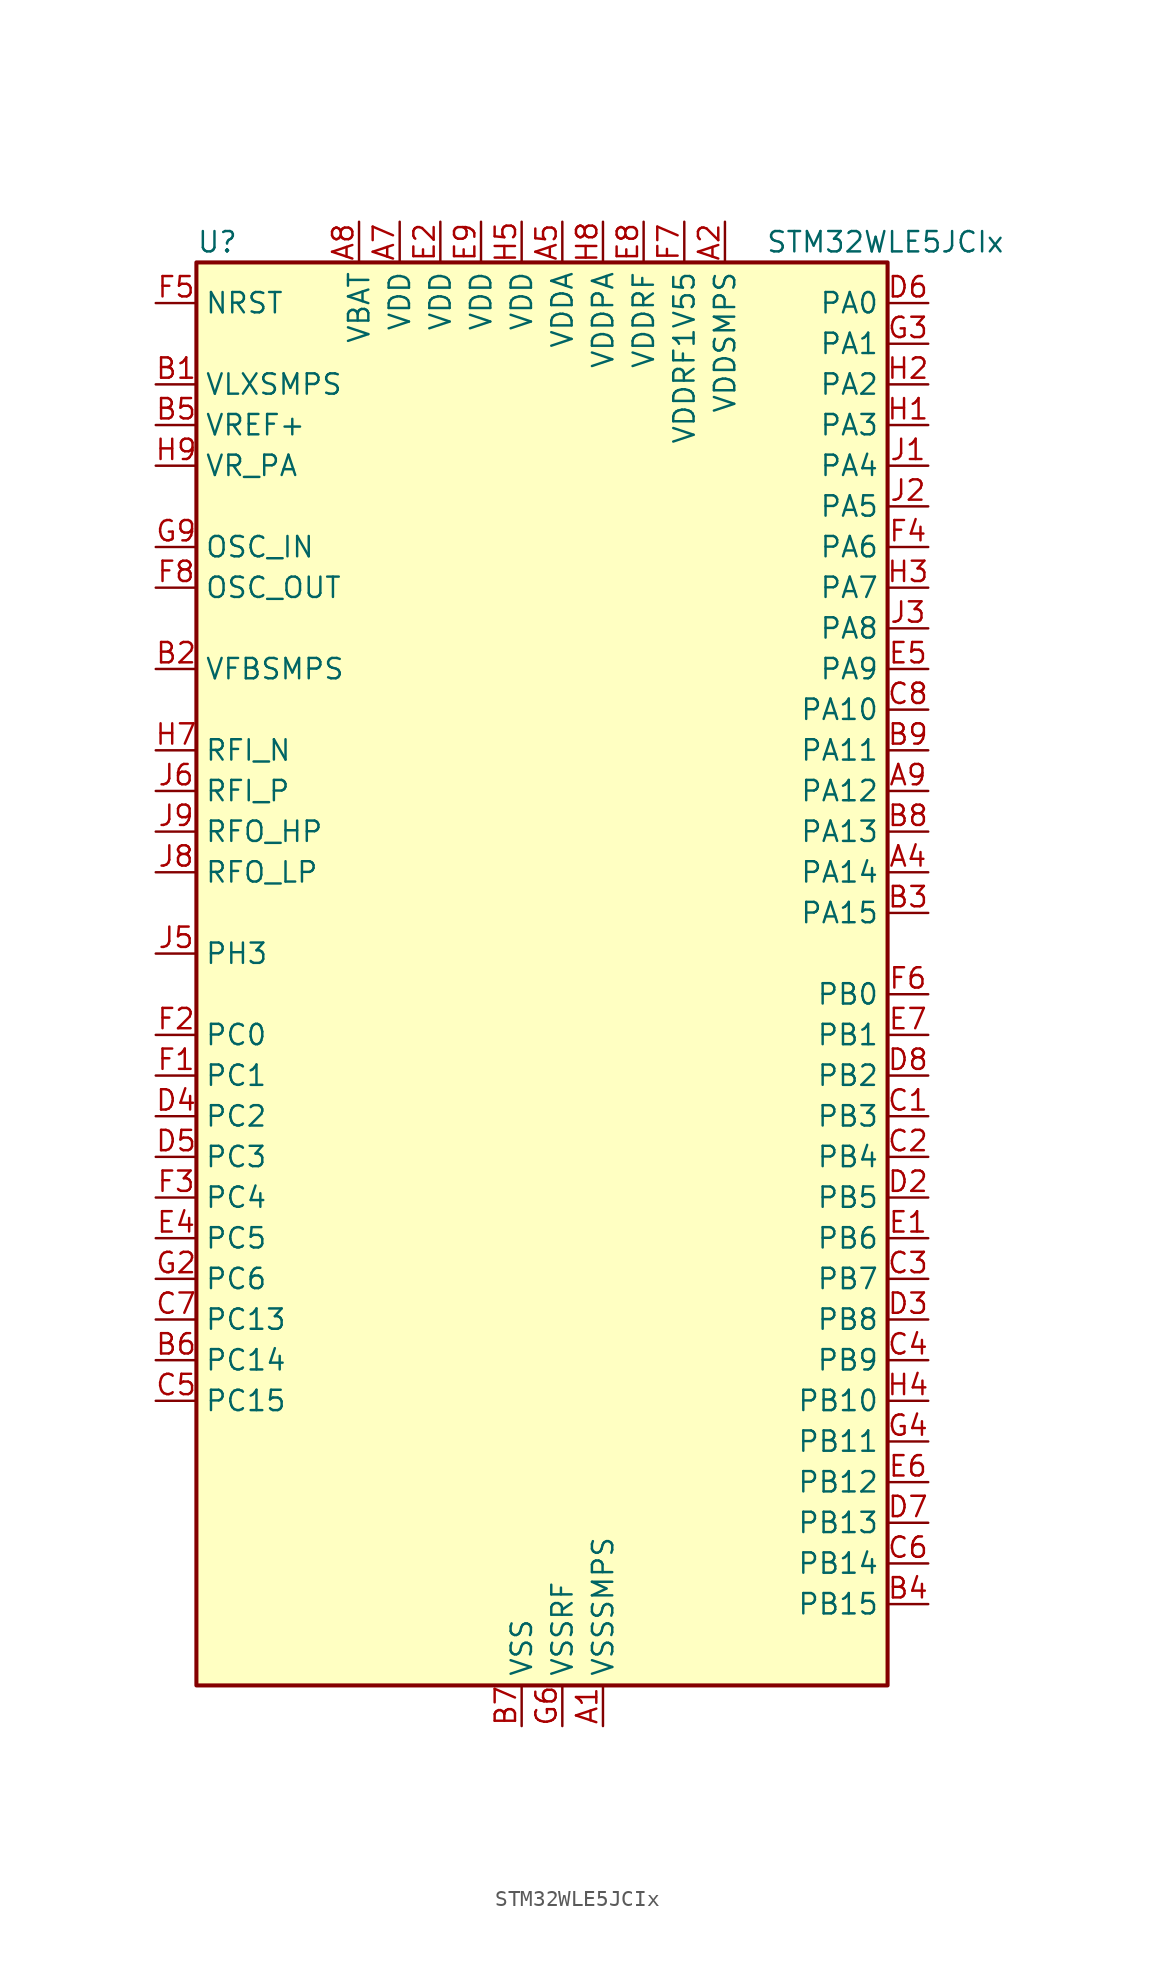
<source format=kicad_sym>
(kicad_symbol_lib
  (version 20220914)
  (generator kicad_symbol_editor)
  (symbol "STM32WLE5JCIx"
    (property "Reference" "U"
      (at -20.32 46.99 0)
      (effects (font (size 1.27 1.27)) (justify left)))
    (property "Value" "STM32WLE5JCIx"
      (at 15.24 46.99 0)
      (effects (font (size 1.27 1.27)) (justify left)))
    (property "ki_locked" ""
      (at 0 0 0)
      (effects (font (size 1.27 1.27))))
    (symbol "STM32WLE5JCIx_0_1"
      (rectangle (start -20.32 -43.18) (end 22.86 45.72) (stroke (width 0.254) (type default)) (fill (type background))))
    (symbol "STM32WLE5JCIx_1_1"
      (pin power_in line (at 5.08 -45.72 90) (length 2.54) (name "VSSSMPS" (effects (font (size 1.27 1.27)))) (number "A1" (effects (font (size 1.27 1.27)))))
      (pin power_in line (at 12.7 48.26 270) (length 2.54) (name "VDDSMPS" (effects (font (size 1.27 1.27)))) (number "A2" (effects (font (size 1.27 1.27)))))
      (pin bidirectional line (at 25.4 7.62 180) (length 2.54) (name "PA14" (effects (font (size 1.27 1.27)))) (number "A4" (effects (font (size 1.27 1.27)))) (alternate "ADC_IN10" bidirectional line) (alternate "DEBUG_JTCK-SWCLK" bidirectional line) (alternate "I2C1_SMBA" bidirectional line) (alternate "LPTIM1_OUT" bidirectional line))
      (pin power_in line (at 2.54 48.26 270) (length 2.54) (name "VDDA" (effects (font (size 1.27 1.27)))) (number "A5" (effects (font (size 1.27 1.27)))))
      (pin power_in line (at -7.62 48.26 270) (length 2.54) (name "VDD" (effects (font (size 1.27 1.27)))) (number "A7" (effects (font (size 1.27 1.27)))))
      (pin power_in line (at -10.16 48.26 270) (length 2.54) (name "VBAT" (effects (font (size 1.27 1.27)))) (number "A8" (effects (font (size 1.27 1.27)))))
      (pin bidirectional line (at 25.4 12.7 180) (length 2.54) (name "PA12" (effects (font (size 1.27 1.27)))) (number "A9" (effects (font (size 1.27 1.27)))) (alternate "ADC_IN8" bidirectional line) (alternate "DEBUG_RF-BUSY" bidirectional line) (alternate "I2C2_SCL" bidirectional line) (alternate "LPTIM3_IN1" bidirectional line) (alternate "SPI1_MOSI" bidirectional line) (alternate "TIM1_ETR" bidirectional line) (alternate "USART1_DE" bidirectional line) (alternate "USART1_RTS" bidirectional line))
      (pin power_in line (at -22.86 38.1 0) (length 2.54) (name "VLXSMPS" (effects (font (size 1.27 1.27)))) (number "B1" (effects (font (size 1.27 1.27)))))
      (pin input line (at -22.86 20.32 0) (length 2.54) (name "VFBSMPS" (effects (font (size 1.27 1.27)))) (number "B2" (effects (font (size 1.27 1.27)))))
      (pin bidirectional line (at 25.4 5.08 180) (length 2.54) (name "PA15" (effects (font (size 1.27 1.27)))) (number "B3" (effects (font (size 1.27 1.27)))) (alternate "ADC_IN11" bidirectional line) (alternate "COMP1_INM" bidirectional line) (alternate "COMP2_INP" bidirectional line) (alternate "DEBUG_JTDI" bidirectional line) (alternate "I2C2_SDA" bidirectional line) (alternate "SPI1_NSS" bidirectional line) (alternate "TIM2_CH1" bidirectional line) (alternate "TIM2_ETR" bidirectional line))
      (pin bidirectional line (at 25.4 -38.1 180) (length 2.54) (name "PB15" (effects (font (size 1.27 1.27)))) (number "B4" (effects (font (size 1.27 1.27)))) (alternate "I2C2_SCL" bidirectional line) (alternate "I2S2_SD" bidirectional line) (alternate "SPI2_MOSI" bidirectional line) (alternate "TIM1_CH3N" bidirectional line))
      (pin input line (at -22.86 35.56 0) (length 2.54) (name "VREF+" (effects (font (size 1.27 1.27)))) (number "B5" (effects (font (size 1.27 1.27)))) (alternate "VREFBUF_OUT" bidirectional line))
      (pin bidirectional line (at -22.86 -22.86 0) (length 2.54) (name "PC14" (effects (font (size 1.27 1.27)))) (number "B6" (effects (font (size 1.27 1.27)))) (alternate "RCC_OSC32_IN" bidirectional line))
      (pin power_in line (at 0 -45.72 90) (length 2.54) (name "VSS" (effects (font (size 1.27 1.27)))) (number "B7" (effects (font (size 1.27 1.27)))))
      (pin bidirectional line (at 25.4 10.16 180) (length 2.54) (name "PA13" (effects (font (size 1.27 1.27)))) (number "B8" (effects (font (size 1.27 1.27)))) (alternate "ADC_IN9" bidirectional line) (alternate "DEBUG_JTMS-SWDIO" bidirectional line) (alternate "I2C2_SMBA" bidirectional line) (alternate "IR_OUT" bidirectional line))
      (pin bidirectional line (at 25.4 15.24 180) (length 2.54) (name "PA11" (effects (font (size 1.27 1.27)))) (number "B9" (effects (font (size 1.27 1.27)))) (alternate "ADC_EXTI11" bidirectional line) (alternate "ADC_IN7" bidirectional line) (alternate "COMP1_INM" bidirectional line) (alternate "COMP2_INM" bidirectional line) (alternate "DEBUG_RF-NRESET" bidirectional line) (alternate "I2C2_SDA" bidirectional line) (alternate "LPTIM3_ETR" bidirectional line) (alternate "SPI1_MISO" bidirectional line) (alternate "TIM1_BKIN2" bidirectional line) (alternate "TIM1_CH4" bidirectional line) (alternate "USART1_CTS" bidirectional line) (alternate "USART1_NSS" bidirectional line))
      (pin bidirectional line (at 25.4 -7.62 180) (length 2.54) (name "PB3" (effects (font (size 1.27 1.27)))) (number "C1" (effects (font (size 1.27 1.27)))) (alternate "ADC_IN2" bidirectional line) (alternate "COMP1_INM" bidirectional line) (alternate "COMP2_INM" bidirectional line) (alternate "DEBUG_JTDO-SWO" bidirectional line) (alternate "DEBUG_RF-DTB1" bidirectional line) (alternate "PWR_WKUP3" bidirectional line) (alternate "RTC_TAMP_IN3" bidirectional line) (alternate "SPI1_SCK" bidirectional line) (alternate "TIM2_CH2" bidirectional line) (alternate "USART1_DE" bidirectional line) (alternate "USART1_RTS" bidirectional line))
      (pin bidirectional line (at 25.4 -10.16 180) (length 2.54) (name "PB4" (effects (font (size 1.27 1.27)))) (number "C2" (effects (font (size 1.27 1.27)))) (alternate "ADC_IN3" bidirectional line) (alternate "COMP1_INP" bidirectional line) (alternate "COMP2_INP" bidirectional line) (alternate "DEBUG_JTRST" bidirectional line) (alternate "DEBUG_RF-LDORDY" bidirectional line) (alternate "I2C3_SDA" bidirectional line) (alternate "SPI1_MISO" bidirectional line) (alternate "TIM17_BKIN" bidirectional line) (alternate "USART1_CTS" bidirectional line) (alternate "USART1_NSS" bidirectional line))
      (pin bidirectional line (at 25.4 -17.78 180) (length 2.54) (name "PB7" (effects (font (size 1.27 1.27)))) (number "C3" (effects (font (size 1.27 1.27)))) (alternate "I2C1_SDA" bidirectional line) (alternate "LPTIM1_IN2" bidirectional line) (alternate "PWR_PVD_IN" bidirectional line) (alternate "TIM17_CH1N" bidirectional line) (alternate "TIM1_BKIN" bidirectional line) (alternate "USART1_RX" bidirectional line))
      (pin bidirectional line (at 25.4 -22.86 180) (length 2.54) (name "PB9" (effects (font (size 1.27 1.27)))) (number "C4" (effects (font (size 1.27 1.27)))) (alternate "DAC_EXTI9" bidirectional line) (alternate "I2C1_SDA" bidirectional line) (alternate "I2S2_WS" bidirectional line) (alternate "IR_OUT" bidirectional line) (alternate "SPI2_NSS" bidirectional line) (alternate "TIM17_CH1" bidirectional line) (alternate "TIM1_CH3N" bidirectional line))
      (pin bidirectional line (at -22.86 -25.4 0) (length 2.54) (name "PC15" (effects (font (size 1.27 1.27)))) (number "C5" (effects (font (size 1.27 1.27)))) (alternate "RCC_OSC32_OUT" bidirectional line))
      (pin bidirectional line (at 25.4 -35.56 180) (length 2.54) (name "PB14" (effects (font (size 1.27 1.27)))) (number "C6" (effects (font (size 1.27 1.27)))) (alternate "ADC_IN1" bidirectional line) (alternate "I2C3_SDA" bidirectional line) (alternate "I2S2_MCK" bidirectional line) (alternate "SPI2_MISO" bidirectional line) (alternate "TIM1_CH2N" bidirectional line))
      (pin bidirectional line (at -22.86 -20.32 0) (length 2.54) (name "PC13" (effects (font (size 1.27 1.27)))) (number "C7" (effects (font (size 1.27 1.27)))) (alternate "PWR_WKUP2" bidirectional line) (alternate "RTC_OUT1" bidirectional line) (alternate "RTC_TAMP_IN1" bidirectional line) (alternate "RTC_TS" bidirectional line))
      (pin bidirectional line (at 25.4 17.78 180) (length 2.54) (name "PA10" (effects (font (size 1.27 1.27)))) (number "C8" (effects (font (size 1.27 1.27)))) (alternate "ADC_IN6" bidirectional line) (alternate "COMP1_INM" bidirectional line) (alternate "COMP2_INM" bidirectional line) (alternate "DAC_OUT1" bidirectional line) (alternate "DEBUG_RF-HSE32RDY" bidirectional line) (alternate "I2C1_SDA" bidirectional line) (alternate "I2S2_SD" bidirectional line) (alternate "RTC_REFIN" bidirectional line) (alternate "SPI2_MOSI" bidirectional line) (alternate "TIM17_BKIN" bidirectional line) (alternate "TIM1_CH3" bidirectional line) (alternate "USART1_RX" bidirectional line))
      (pin bidirectional line (at 25.4 -12.7 180) (length 2.54) (name "PB5" (effects (font (size 1.27 1.27)))) (number "D2" (effects (font (size 1.27 1.27)))) (alternate "COMP2_OUT" bidirectional line) (alternate "I2C1_SMBA" bidirectional line) (alternate "LPTIM1_IN1" bidirectional line) (alternate "SPI1_MOSI" bidirectional line) (alternate "TIM16_BKIN" bidirectional line) (alternate "USART1_CK" bidirectional line))
      (pin bidirectional line (at 25.4 -20.32 180) (length 2.54) (name "PB8" (effects (font (size 1.27 1.27)))) (number "D3" (effects (font (size 1.27 1.27)))) (alternate "I2C1_SCL" bidirectional line) (alternate "TIM16_CH1" bidirectional line) (alternate "TIM1_CH2N" bidirectional line))
      (pin bidirectional line (at -22.86 -7.62 0) (length 2.54) (name "PC2" (effects (font (size 1.27 1.27)))) (number "D4" (effects (font (size 1.27 1.27)))) (alternate "LPTIM1_IN2" bidirectional line) (alternate "SPI2_MISO" bidirectional line))
      (pin bidirectional line (at -22.86 -10.16 0) (length 2.54) (name "PC3" (effects (font (size 1.27 1.27)))) (number "D5" (effects (font (size 1.27 1.27)))) (alternate "I2S2_SD" bidirectional line) (alternate "LPTIM1_ETR" bidirectional line) (alternate "LPTIM2_ETR" bidirectional line) (alternate "SPI2_MOSI" bidirectional line))
      (pin bidirectional line (at 25.4 43.18 180) (length 2.54) (name "PA0" (effects (font (size 1.27 1.27)))) (number "D6" (effects (font (size 1.27 1.27)))) (alternate "COMP1_OUT" bidirectional line) (alternate "DEBUG_PWR-REGLP1S" bidirectional line) (alternate "I2C3_SMBA" bidirectional line) (alternate "I2S_CKIN" bidirectional line) (alternate "PWR_WKUP1" bidirectional line) (alternate "RTC_TAMP_IN2" bidirectional line) (alternate "TIM2_CH1" bidirectional line) (alternate "TIM2_ETR" bidirectional line) (alternate "USART2_CTS" bidirectional line) (alternate "USART2_NSS" bidirectional line))
      (pin bidirectional line (at 25.4 -33.02 180) (length 2.54) (name "PB13" (effects (font (size 1.27 1.27)))) (number "D7" (effects (font (size 1.27 1.27)))) (alternate "ADC_IN0" bidirectional line) (alternate "I2C3_SCL" bidirectional line) (alternate "I2S2_CK" bidirectional line) (alternate "LPUART1_CTS" bidirectional line) (alternate "SPI2_SCK" bidirectional line) (alternate "TIM1_CH1N" bidirectional line))
      (pin bidirectional line (at 25.4 -5.08 180) (length 2.54) (name "PB2" (effects (font (size 1.27 1.27)))) (number "D8" (effects (font (size 1.27 1.27)))) (alternate "ADC_IN4" bidirectional line) (alternate "COMP1_INP" bidirectional line) (alternate "COMP2_INM" bidirectional line) (alternate "DEBUG_RF-SMPSRDY" bidirectional line) (alternate "I2C3_SMBA" bidirectional line) (alternate "LPTIM1_OUT" bidirectional line) (alternate "SPI1_NSS" bidirectional line))
      (pin passive line (at 0 -45.72 90) (length 2.54) hide (name "VSS" (effects (font (size 1.27 1.27)))) (number "D9" (effects (font (size 1.27 1.27)))))
      (pin bidirectional line (at 25.4 -15.24 180) (length 2.54) (name "PB6" (effects (font (size 1.27 1.27)))) (number "E1" (effects (font (size 1.27 1.27)))) (alternate "I2C1_SCL" bidirectional line) (alternate "LPTIM1_ETR" bidirectional line) (alternate "TIM16_CH1N" bidirectional line) (alternate "USART1_TX" bidirectional line))
      (pin power_in line (at -5.08 48.26 270) (length 2.54) (name "VDD" (effects (font (size 1.27 1.27)))) (number "E2" (effects (font (size 1.27 1.27)))))
      (pin passive line (at 0 -45.72 90) (length 2.54) hide (name "VSS" (effects (font (size 1.27 1.27)))) (number "E3" (effects (font (size 1.27 1.27)))))
      (pin bidirectional line (at -22.86 -15.24 0) (length 2.54) (name "PC5" (effects (font (size 1.27 1.27)))) (number "E4" (effects (font (size 1.27 1.27)))))
      (pin bidirectional line (at 25.4 20.32 180) (length 2.54) (name "PA9" (effects (font (size 1.27 1.27)))) (number "E5" (effects (font (size 1.27 1.27)))) (alternate "DAC_EXTI9" bidirectional line) (alternate "I2C1_SCL" bidirectional line) (alternate "I2S2_CK" bidirectional line) (alternate "I2S2_WS" bidirectional line) (alternate "SPI2_NSS" bidirectional line) (alternate "SPI2_SCK" bidirectional line) (alternate "TIM1_CH2" bidirectional line) (alternate "USART1_TX" bidirectional line))
      (pin bidirectional line (at 25.4 -30.48 180) (length 2.54) (name "PB12" (effects (font (size 1.27 1.27)))) (number "E6" (effects (font (size 1.27 1.27)))) (alternate "I2C3_SMBA" bidirectional line) (alternate "I2S2_WS" bidirectional line) (alternate "LPUART1_RTS" bidirectional line) (alternate "SPI2_NSS" bidirectional line) (alternate "TIM1_BKIN" bidirectional line))
      (pin bidirectional line (at 25.4 -2.54 180) (length 2.54) (name "PB1" (effects (font (size 1.27 1.27)))) (number "E7" (effects (font (size 1.27 1.27)))) (alternate "ADC_IN5" bidirectional line) (alternate "COMP2_INP" bidirectional line) (alternate "LPTIM2_IN1" bidirectional line) (alternate "LPUART1_DE" bidirectional line) (alternate "LPUART1_RTS" bidirectional line))
      (pin power_in line (at 7.62 48.26 270) (length 2.54) (name "VDDRF" (effects (font (size 1.27 1.27)))) (number "E8" (effects (font (size 1.27 1.27)))))
      (pin power_in line (at -2.54 48.26 270) (length 2.54) (name "VDD" (effects (font (size 1.27 1.27)))) (number "E9" (effects (font (size 1.27 1.27)))))
      (pin bidirectional line (at -22.86 -5.08 0) (length 2.54) (name "PC1" (effects (font (size 1.27 1.27)))) (number "F1" (effects (font (size 1.27 1.27)))) (alternate "I2C3_SDA" bidirectional line) (alternate "I2S2_SD" bidirectional line) (alternate "LPTIM1_OUT" bidirectional line) (alternate "LPUART1_TX" bidirectional line) (alternate "SPI2_MOSI" bidirectional line))
      (pin bidirectional line (at -22.86 -2.54 0) (length 2.54) (name "PC0" (effects (font (size 1.27 1.27)))) (number "F2" (effects (font (size 1.27 1.27)))) (alternate "I2C3_SCL" bidirectional line) (alternate "LPTIM1_IN1" bidirectional line) (alternate "LPTIM2_IN1" bidirectional line) (alternate "LPUART1_RX" bidirectional line))
      (pin bidirectional line (at -22.86 -12.7 0) (length 2.54) (name "PC4" (effects (font (size 1.27 1.27)))) (number "F3" (effects (font (size 1.27 1.27)))))
      (pin bidirectional line (at 25.4 27.94 180) (length 2.54) (name "PA6" (effects (font (size 1.27 1.27)))) (number "F4" (effects (font (size 1.27 1.27)))) (alternate "DEBUG_SUBGHZSPI-MISOOUT" bidirectional line) (alternate "I2C2_SMBA" bidirectional line) (alternate "LPUART1_CTS" bidirectional line) (alternate "SPI1_MISO" bidirectional line) (alternate "TIM16_CH1" bidirectional line) (alternate "TIM1_BKIN" bidirectional line))
      (pin input line (at -22.86 43.18 0) (length 2.54) (name "NRST" (effects (font (size 1.27 1.27)))) (number "F5" (effects (font (size 1.27 1.27)))))
      (pin bidirectional line (at 25.4 0 180) (length 2.54) (name "PB0" (effects (font (size 1.27 1.27)))) (number "F6" (effects (font (size 1.27 1.27)))) (alternate "COMP1_OUT" bidirectional line) (alternate "VDDTCXO" bidirectional line))
      (pin power_in line (at 10.16 48.26 270) (length 2.54) (name "VDDRF1V55" (effects (font (size 1.27 1.27)))) (number "F7" (effects (font (size 1.27 1.27)))))
      (pin input line (at -22.86 25.4 0) (length 2.54) (name "OSC_OUT" (effects (font (size 1.27 1.27)))) (number "F8" (effects (font (size 1.27 1.27)))) (alternate "RCC_OSC_OUT" bidirectional line))
      (pin bidirectional line (at -22.86 -17.78 0) (length 2.54) (name "PC6" (effects (font (size 1.27 1.27)))) (number "G2" (effects (font (size 1.27 1.27)))) (alternate "I2S2_MCK" bidirectional line))
      (pin bidirectional line (at 25.4 40.64 180) (length 2.54) (name "PA1" (effects (font (size 1.27 1.27)))) (number "G3" (effects (font (size 1.27 1.27)))) (alternate "DEBUG_PWR-REGLP2S" bidirectional line) (alternate "I2C1_SMBA" bidirectional line) (alternate "LPTIM3_OUT" bidirectional line) (alternate "LPUART1_RTS" bidirectional line) (alternate "SPI1_SCK" bidirectional line) (alternate "TIM2_CH2" bidirectional line) (alternate "USART2_DE" bidirectional line) (alternate "USART2_RTS" bidirectional line))
      (pin bidirectional line (at 25.4 -27.94 180) (length 2.54) (name "PB11" (effects (font (size 1.27 1.27)))) (number "G4" (effects (font (size 1.27 1.27)))) (alternate "ADC_EXTI11" bidirectional line) (alternate "COMP2_OUT" bidirectional line) (alternate "I2C3_SDA" bidirectional line) (alternate "LPUART1_TX" bidirectional line) (alternate "TIM2_CH4" bidirectional line))
      (pin passive line (at 0 -45.72 90) (length 2.54) hide (name "VSS" (effects (font (size 1.27 1.27)))) (number "G5" (effects (font (size 1.27 1.27)))))
      (pin power_in line (at 2.54 -45.72 90) (length 2.54) (name "VSSRF" (effects (font (size 1.27 1.27)))) (number "G6" (effects (font (size 1.27 1.27)))))
      (pin passive line (at 2.54 -45.72 90) (length 2.54) hide (name "VSSRF" (effects (font (size 1.27 1.27)))) (number "G7" (effects (font (size 1.27 1.27)))))
      (pin passive line (at 2.54 -45.72 90) (length 2.54) hide (name "VSSRF" (effects (font (size 1.27 1.27)))) (number "G8" (effects (font (size 1.27 1.27)))))
      (pin input line (at -22.86 27.94 0) (length 2.54) (name "OSC_IN" (effects (font (size 1.27 1.27)))) (number "G9" (effects (font (size 1.27 1.27)))) (alternate "RCC_OSC_IN" bidirectional line))
      (pin bidirectional line (at 25.4 35.56 180) (length 2.54) (name "PA3" (effects (font (size 1.27 1.27)))) (number "H1" (effects (font (size 1.27 1.27)))) (alternate "I2S2_MCK" bidirectional line) (alternate "LPUART1_RX" bidirectional line) (alternate "TIM2_CH4" bidirectional line) (alternate "USART2_RX" bidirectional line))
      (pin bidirectional line (at 25.4 38.1 180) (length 2.54) (name "PA2" (effects (font (size 1.27 1.27)))) (number "H2" (effects (font (size 1.27 1.27)))) (alternate "COMP2_OUT" bidirectional line) (alternate "DEBUG_PWR-LDORDY" bidirectional line) (alternate "LPUART1_TX" bidirectional line) (alternate "RCC_LSCO" bidirectional line) (alternate "TIM2_CH3" bidirectional line) (alternate "USART2_TX" bidirectional line))
      (pin bidirectional line (at 25.4 25.4 180) (length 2.54) (name "PA7" (effects (font (size 1.27 1.27)))) (number "H3" (effects (font (size 1.27 1.27)))) (alternate "COMP2_OUT" bidirectional line) (alternate "DEBUG_SUBGHZSPI-MOSIOUT" bidirectional line) (alternate "I2C3_SCL" bidirectional line) (alternate "SPI1_MOSI" bidirectional line) (alternate "TIM17_CH1" bidirectional line) (alternate "TIM1_CH1N" bidirectional line))
      (pin bidirectional line (at 25.4 -25.4 180) (length 2.54) (name "PB10" (effects (font (size 1.27 1.27)))) (number "H4" (effects (font (size 1.27 1.27)))) (alternate "COMP1_OUT" bidirectional line) (alternate "I2C3_SCL" bidirectional line) (alternate "I2S2_CK" bidirectional line) (alternate "LPUART1_RX" bidirectional line) (alternate "SPI2_SCK" bidirectional line) (alternate "TIM2_CH3" bidirectional line))
      (pin power_in line (at 0 48.26 270) (length 2.54) (name "VDD" (effects (font (size 1.27 1.27)))) (number "H5" (effects (font (size 1.27 1.27)))))
      (pin passive line (at 2.54 -45.72 90) (length 2.54) hide (name "VSSRF" (effects (font (size 1.27 1.27)))) (number "H6" (effects (font (size 1.27 1.27)))))
      (pin bidirectional line (at -22.86 15.24 0) (length 2.54) (name "RFI_N" (effects (font (size 1.27 1.27)))) (number "H7" (effects (font (size 1.27 1.27)))))
      (pin power_in line (at 5.08 48.26 270) (length 2.54) (name "VDDPA" (effects (font (size 1.27 1.27)))) (number "H8" (effects (font (size 1.27 1.27)))))
      (pin power_in line (at -22.86 33.02 0) (length 2.54) (name "VR_PA" (effects (font (size 1.27 1.27)))) (number "H9" (effects (font (size 1.27 1.27)))))
      (pin bidirectional line (at 25.4 33.02 180) (length 2.54) (name "PA4" (effects (font (size 1.27 1.27)))) (number "J1" (effects (font (size 1.27 1.27)))) (alternate "DEBUG_SUBGHZSPI-NSSOUT" bidirectional line) (alternate "LPTIM1_OUT" bidirectional line) (alternate "LPTIM2_OUT" bidirectional line) (alternate "RTC_OUT2" bidirectional line) (alternate "SPI1_NSS" bidirectional line) (alternate "USART2_CK" bidirectional line))
      (pin bidirectional line (at 25.4 30.48 180) (length 2.54) (name "PA5" (effects (font (size 1.27 1.27)))) (number "J2" (effects (font (size 1.27 1.27)))) (alternate "DEBUG_SUBGHZSPI-SCKOUT" bidirectional line) (alternate "LPTIM2_ETR" bidirectional line) (alternate "SPI1_SCK" bidirectional line) (alternate "SPI2_MISO" bidirectional line) (alternate "TIM2_CH1" bidirectional line) (alternate "TIM2_ETR" bidirectional line))
      (pin bidirectional line (at 25.4 22.86 180) (length 2.54) (name "PA8" (effects (font (size 1.27 1.27)))) (number "J3" (effects (font (size 1.27 1.27)))) (alternate "I2S2_CK" bidirectional line) (alternate "LPTIM2_OUT" bidirectional line) (alternate "RCC_MCO" bidirectional line) (alternate "SPI2_SCK" bidirectional line) (alternate "TIM1_CH1" bidirectional line) (alternate "USART1_CK" bidirectional line))
      (pin bidirectional line (at -22.86 2.54 0) (length 2.54) (name "PH3" (effects (font (size 1.27 1.27)))) (number "J5" (effects (font (size 1.27 1.27)))))
      (pin bidirectional line (at -22.86 12.7 0) (length 2.54) (name "RFI_P" (effects (font (size 1.27 1.27)))) (number "J6" (effects (font (size 1.27 1.27)))))
      (pin bidirectional line (at -22.86 7.62 0) (length 2.54) (name "RFO_LP" (effects (font (size 1.27 1.27)))) (number "J8" (effects (font (size 1.27 1.27)))))
      (pin bidirectional line (at -22.86 10.16 0) (length 2.54) (name "RFO_HP" (effects (font (size 1.27 1.27)))) (number "J9" (effects (font (size 1.27 1.27))))))))
</source>
